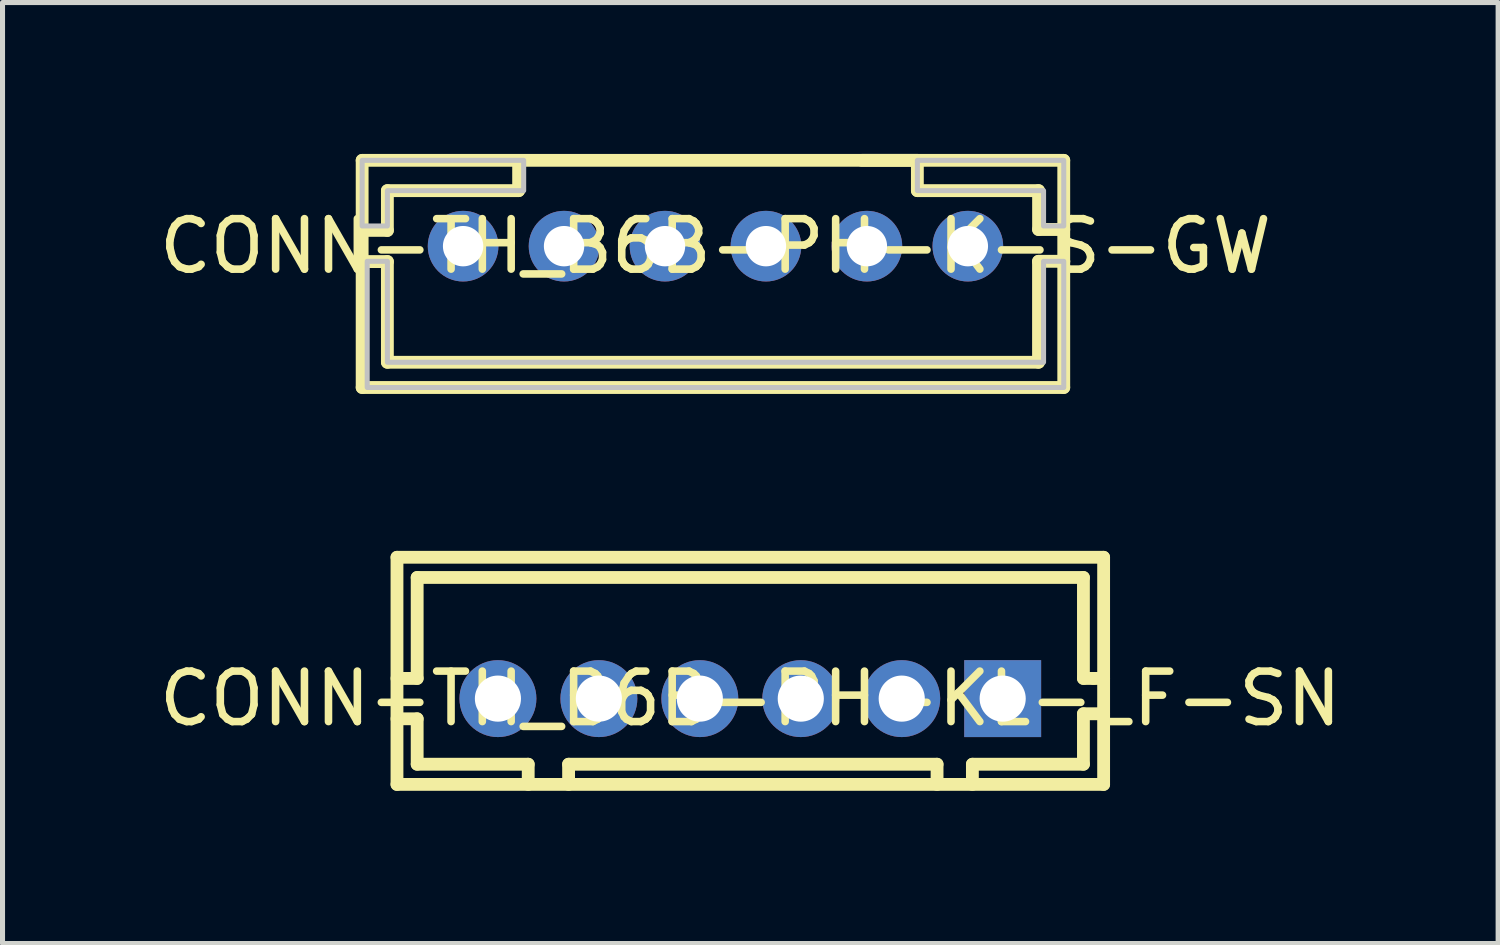
<source format=kicad_pcb>
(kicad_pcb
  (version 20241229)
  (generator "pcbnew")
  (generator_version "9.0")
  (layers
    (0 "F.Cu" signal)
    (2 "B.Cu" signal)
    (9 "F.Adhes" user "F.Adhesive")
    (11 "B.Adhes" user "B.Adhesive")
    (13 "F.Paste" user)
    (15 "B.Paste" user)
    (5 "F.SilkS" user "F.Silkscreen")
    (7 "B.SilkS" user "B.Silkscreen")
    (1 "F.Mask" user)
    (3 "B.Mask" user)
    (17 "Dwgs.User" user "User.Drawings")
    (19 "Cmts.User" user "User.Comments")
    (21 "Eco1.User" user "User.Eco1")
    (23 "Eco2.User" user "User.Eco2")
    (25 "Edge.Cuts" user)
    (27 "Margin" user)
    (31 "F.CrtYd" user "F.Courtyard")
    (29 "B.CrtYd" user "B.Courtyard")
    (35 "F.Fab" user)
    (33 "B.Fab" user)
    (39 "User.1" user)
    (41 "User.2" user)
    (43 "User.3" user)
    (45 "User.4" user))
  (footprint "CONN-TH_B6B-PH-K-S-GW"
    (layer "F.Cu")
    (at 11.125 1.827)
    (property "Reference" "CONN-TH_B6B-PH-K-S-GW" (at 0 0 0) (layer "F.SilkS") (effects (font (size 1 1) (thickness 0.15))))
    (fp_line (start -7 -1.7) (end -7 2.8) (stroke (width 0.254) (type default)) (layer "F.SilkS"))
    (fp_line (start -7 -1.7) (end 6.9 -1.7) (stroke (width 0.254) (type default)) (layer "F.SilkS"))
    (fp_line (start -7 -0.312) (end -6.5 -0.312) (stroke (width 0.254) (type default)) (layer "F.SilkS"))
    (fp_line (start -7 0.305) (end -6.5 0.305) (stroke (width 0.254) (type default)) (layer "F.SilkS"))
    (fp_line (start -7 2.8) (end 6.9 2.8) (stroke (width 0.254) (type default)) (layer "F.SilkS"))
    (fp_line (start -6.5 -1.1) (end -3.9 -1.1) (stroke (width 0.254) (type default)) (layer "F.SilkS"))
    (fp_line (start -6.5 -0.312) (end -6.5 -1.1) (stroke (width 0.254) (type default)) (layer "F.SilkS"))
    (fp_line (start -6.5 0.305) (end -6.5 2.3) (stroke (width 0.254) (type default)) (layer "F.SilkS"))
    (fp_line (start -6.5 2.3) (end 6.4 2.3) (stroke (width 0.254) (type default)) (layer "F.SilkS"))
    (fp_line (start -3.9 -1.1) (end -3.9 -1.6) (stroke (width 0.254) (type default)) (layer "F.SilkS"))
    (fp_line (start 4 -1.7) (end 2.901 -1.7) (stroke (width 0.254) (type default)) (layer "F.SilkS"))
    (fp_line (start 4 -1.1) (end 4 -1.7) (stroke (width 0.254) (type default)) (layer "F.SilkS"))
    (fp_line (start 6.4 0.3) (end 6.9 0.3) (stroke (width 0.254) (type default)) (layer "F.SilkS"))
    (fp_line (start 6.4 2.3) (end 6.4 0.3) (stroke (width 0.254) (type default)) (layer "F.SilkS"))
    (fp_line (start 6.401 -1.1) (end 4 -1.1) (stroke (width 0.254) (type default)) (layer "F.SilkS"))
    (fp_line (start 6.401 -0.33) (end 6.401 -1.1) (stroke (width 0.254) (type default)) (layer "F.SilkS"))
    (fp_line (start 6.9 -1.7) (end 6.9 2.8) (stroke (width 0.254) (type default)) (layer "F.SilkS"))
    (fp_line (start 6.9 0.3) (end 6.9 0.305) (stroke (width 0.254) (type default)) (layer "F.SilkS"))
    (fp_line (start 6.901 -0.33) (end 6.401 -0.33) (stroke (width 0.254) (type default)) (layer "F.SilkS"))
    (fp_poly (pts (xy 6.9 -1.7) (xy 4 -1.7) (xy 4 -1.1) (xy 6.5 -1.1) (xy 6.5 -0.4) (xy 6.9 -0.4)) (stroke (width 0.1) (type default)) (fill no) (layer "Dwgs.User"))
    (fp_poly (pts (xy -6.9 -0.4) (xy -6.5 -0.4) (xy -6.5 -1.1) (xy -3.8 -1.1) (xy -3.8 -1.7) (xy -7 -1.7) (xy -7 -0.4)) (stroke (width 0.1) (type default)) (fill no) (layer "Dwgs.User"))
    (fp_poly (pts (xy -6.9 0.3) (xy -6.5 0.3) (xy -6.5 2.3) (xy 6.5 2.3) (xy 6.5 0.3) (xy 6.9 0.3) (xy 6.9 2.8) (xy -6.9 2.8) (xy -6.9 1.8)) (stroke (width 0.1) (type default)) (fill no) (layer "Dwgs.User"))
    (fp_poly (pts (xy -5.25 -0.25) (xy -4.75 -0.25) (xy -4.75 0.25) (xy -5.25 0.25)) (stroke (width 0.1) (type default)) (fill no) (layer "User.1"))
    (fp_poly (pts (xy -3.25 -0.25) (xy -2.75 -0.25) (xy -2.75 0.25) (xy -3.25 0.25)) (stroke (width 0.1) (type default)) (fill no) (layer "User.1"))
    (fp_poly (pts (xy -1.25 -0.25) (xy -0.75 -0.25) (xy -0.75 0.25) (xy -1.25 0.25)) (stroke (width 0.1) (type default)) (fill no) (layer "User.1"))
    (fp_poly (pts (xy 0.75 -0.25) (xy 1.25 -0.25) (xy 1.25 0.25) (xy 0.75 0.25)) (stroke (width 0.1) (type default)) (fill no) (layer "User.1"))
    (fp_poly (pts (xy 2.75 -0.25) (xy 3.25 -0.25) (xy 3.25 0.25) (xy 2.75 0.25)) (stroke (width 0.1) (type default)) (fill no) (layer "User.1"))
    (fp_poly (pts (xy 4.75 -0.25) (xy 5.25 -0.25) (xy 5.25 0.25) (xy 4.75 0.25)) (stroke (width 0.1) (type default)) (fill no) (layer "User.1"))
    (fp_line (start -6.997 -1.701) (end 6.894 -1.701) (stroke (width 0.051) (type default)) (layer "User.2"))
    (fp_line (start -6.994 0.667) (end -6.997 -1.701) (stroke (width 0.051) (type default)) (layer "User.2"))
    (fp_line (start -6.994 2.791) (end -6.994 0.667) (stroke (width 0.051) (type default)) (layer "User.2"))
    (fp_line (start 6.894 -1.701) (end 6.894 2.791) (stroke (width 0.051) (type default)) (layer "User.2"))
    (fp_line (start 6.894 2.791) (end -6.994 2.791) (stroke (width 0.051) (type default)) (layer "User.2"))
    (fp_poly (pts (xy -6.936 2.791) (xy -6.954 2.748) (xy -6.997 2.731) (xy -7.039 2.748) (xy -7.056 2.791) (xy -7.039 2.833) (xy -6.997 2.85) (xy -6.954 2.833)) (stroke (width 0.1) (type default)) (fill no) (layer "User.3"))
    (pad "1" thru_hole circle (at -5 0) (size 1.4 1.4) (drill 0.8) (layers "*.Cu" "*.Mask"))
    (pad "2" thru_hole circle (at -3 0) (size 1.4 1.4) (drill 0.8) (layers "*.Cu" "*.Mask"))
    (pad "3" thru_hole circle (at -1 0) (size 1.4 1.4) (drill 0.8) (layers "*.Cu" "*.Mask"))
    (pad "4" thru_hole circle (at 1 0) (size 1.4 1.4) (drill 0.8) (layers "*.Cu" "*.Mask"))
    (pad "5" thru_hole circle (at 3 0) (size 1.4 1.4) (drill 0.8) (layers "*.Cu" "*.Mask"))
    (pad "6" thru_hole circle (at 5 0) (size 1.4 1.4) (drill 0.8) (layers "*.Cu" "*.Mask")))
  (footprint "CONN-TH_B6B-PH-KL-LF-SN"
    (layer "F.Cu")
    (at 11.815 10.791)
    (property "Reference" "CONN-TH_B6B-PH-KL-LF-SN" (at 0 0 0) (layer "F.SilkS") (effects (font (size 1 1) (thickness 0.15))))
    (fp_line (start -7 -2.8) (end -7 1.7) (stroke (width 0.254) (type default)) (layer "F.SilkS"))
    (fp_line (start -7 -0.4) (end -6.6 -0.4) (stroke (width 0.254) (type default)) (layer "F.SilkS"))
    (fp_line (start -7 1.7) (end 7 1.7) (stroke (width 0.254) (type default)) (layer "F.SilkS"))
    (fp_line (start -6.6 -2.4) (end 6.6 -2.4) (stroke (width 0.254) (type default)) (layer "F.SilkS"))
    (fp_line (start -6.6 -0.4) (end -6.6 -2.4) (stroke (width 0.254) (type default)) (layer "F.SilkS"))
    (fp_line (start -6.6 0.4) (end -7 0.4) (stroke (width 0.254) (type default)) (layer "F.SilkS"))
    (fp_line (start -6.6 1.3) (end -6.6 0.4) (stroke (width 0.254) (type default)) (layer "F.SilkS"))
    (fp_line (start -4.4 1.3) (end -6.6 1.3) (stroke (width 0.254) (type default)) (layer "F.SilkS"))
    (fp_line (start -4.4 1.7) (end -4.4 1.3) (stroke (width 0.254) (type default)) (layer "F.SilkS"))
    (fp_line (start -3.6 1.3) (end -3.6 1.7) (stroke (width 0.254) (type default)) (layer "F.SilkS"))
    (fp_line (start 3.7 1.3) (end -3.6 1.3) (stroke (width 0.254) (type default)) (layer "F.SilkS"))
    (fp_line (start 3.7 1.7) (end 3.7 1.3) (stroke (width 0.254) (type default)) (layer "F.SilkS"))
    (fp_line (start 4.4 1.3) (end 4.4 1.7) (stroke (width 0.254) (type default)) (layer "F.SilkS"))
    (fp_line (start 6.6 -2.4) (end 6.6 -0.4) (stroke (width 0.254) (type default)) (layer "F.SilkS"))
    (fp_line (start 6.6 -0.4) (end 6.8 -0.4) (stroke (width 0.254) (type default)) (layer "F.SilkS"))
    (fp_line (start 6.6 0.3) (end 6.6 1.3) (stroke (width 0.254) (type default)) (layer "F.SilkS"))
    (fp_line (start 6.6 1.3) (end 4.4 1.3) (stroke (width 0.254) (type default)) (layer "F.SilkS"))
    (fp_line (start 6.8 -0.4) (end 7 -0.4) (stroke (width 0.254) (type default)) (layer "F.SilkS"))
    (fp_line (start 7 -2.8) (end -7 -2.8) (stroke (width 0.254) (type default)) (layer "F.SilkS"))
    (fp_line (start 7 0.3) (end 6.6 0.3) (stroke (width 0.254) (type default)) (layer "F.SilkS"))
    (fp_line (start 7 1.7) (end 7 -2.8) (stroke (width 0.254) (type default)) (layer "F.SilkS"))
    (fp_poly (pts (xy -4.643 0) (xy -4.66 -0.11) (xy -4.711 -0.21) (xy -4.79 -0.289) (xy -4.89 -0.34) (xy -5 -0.357) (xy -5.11 -0.34) (xy -5.21 -0.289) (xy -5.289 -0.21) (xy -5.34 -0.11) (xy -5.357 0) (xy -5.34 0.11) (xy -5.289 0.21) (xy -5.21 0.289) (xy -5.11 0.34) (xy -5 0.357) (xy -4.89 0.34) (xy -4.79 0.289) (xy -4.711 0.21) (xy -4.66 0.11)) (stroke (width 0.1) (type default)) (fill no) (layer "User.1"))
    (fp_poly (pts (xy -2.643 0) (xy -2.66 -0.11) (xy -2.711 -0.21) (xy -2.79 -0.289) (xy -2.89 -0.34) (xy -3 -0.357) (xy -3.11 -0.34) (xy -3.21 -0.289) (xy -3.289 -0.21) (xy -3.34 -0.11) (xy -3.357 0) (xy -3.34 0.11) (xy -3.289 0.21) (xy -3.21 0.289) (xy -3.11 0.34) (xy -3 0.357) (xy -2.89 0.34) (xy -2.79 0.289) (xy -2.711 0.21) (xy -2.66 0.11)) (stroke (width 0.1) (type default)) (fill no) (layer "User.1"))
    (fp_poly (pts (xy -0.643 0) (xy -0.66 -0.11) (xy -0.711 -0.21) (xy -0.79 -0.289) (xy -0.89 -0.34) (xy -1 -0.357) (xy -1.11 -0.34) (xy -1.21 -0.289) (xy -1.289 -0.21) (xy -1.34 -0.11) (xy -1.357 0) (xy -1.34 0.11) (xy -1.289 0.21) (xy -1.21 0.289) (xy -1.11 0.34) (xy -1 0.357) (xy -0.89 0.34) (xy -0.79 0.289) (xy -0.711 0.21) (xy -0.66 0.11)) (stroke (width 0.1) (type default)) (fill no) (layer "User.1"))
    (fp_poly (pts (xy 1.357 0) (xy 1.34 -0.11) (xy 1.289 -0.21) (xy 1.21 -0.289) (xy 1.11 -0.34) (xy 1 -0.357) (xy 0.89 -0.34) (xy 0.79 -0.289) (xy 0.711 -0.21) (xy 0.66 -0.11) (xy 0.643 0) (xy 0.66 0.11) (xy 0.711 0.21) (xy 0.79 0.289) (xy 0.89 0.34) (xy 1 0.357) (xy 1.11 0.34) (xy 1.21 0.289) (xy 1.289 0.21) (xy 1.34 0.11)) (stroke (width 0.1) (type default)) (fill no) (layer "User.1"))
    (fp_poly (pts (xy 3.357 0) (xy 3.34 -0.11) (xy 3.289 -0.21) (xy 3.21 -0.289) (xy 3.11 -0.34) (xy 3 -0.357) (xy 2.89 -0.34) (xy 2.79 -0.289) (xy 2.711 -0.21) (xy 2.66 -0.11) (xy 2.643 0) (xy 2.66 0.11) (xy 2.711 0.21) (xy 2.79 0.289) (xy 2.89 0.34) (xy 3 0.357) (xy 3.11 0.34) (xy 3.21 0.289) (xy 3.289 0.21) (xy 3.34 0.11)) (stroke (width 0.1) (type default)) (fill no) (layer "User.1"))
    (fp_poly (pts (xy 5.357 0) (xy 5.34 -0.11) (xy 5.289 -0.21) (xy 5.21 -0.289) (xy 5.11 -0.34) (xy 5 -0.357) (xy 4.89 -0.34) (xy 4.79 -0.289) (xy 4.711 -0.21) (xy 4.66 -0.11) (xy 4.643 0) (xy 4.66 0.11) (xy 4.711 0.21) (xy 4.79 0.289) (xy 4.89 0.34) (xy 5 0.357) (xy 5.11 0.34) (xy 5.21 0.289) (xy 5.289 0.21) (xy 5.34 0.11)) (stroke (width 0.1) (type default)) (fill no) (layer "User.1"))
    (fp_line (start -7.127 -2.927) (end 7.127 -2.927) (stroke (width 0.051) (type default)) (layer "User.2"))
    (fp_line (start -7.127 1.827) (end -7.127 -2.927) (stroke (width 0.051) (type default)) (layer "User.2"))
    (fp_line (start 7.127 -2.927) (end 7.127 1.827) (stroke (width 0.051) (type default)) (layer "User.2"))
    (fp_line (start 7.127 1.827) (end -7.127 1.827) (stroke (width 0.051) (type default)) (layer "User.2"))
    (fp_poly (pts (xy 7.187 -2.927) (xy 7.169 -2.969) (xy 7.127 -2.987) (xy 7.085 -2.969) (xy 7.067 -2.927) (xy 7.085 -2.885) (xy 7.127 -2.867) (xy 7.169 -2.885)) (stroke (width 0.1) (type default)) (fill no) (layer "User.3"))
    (pad "1" thru_hole rect (at 5 0) (size 1.524 1.524) (drill 0.914) (layers "*.Cu" "*.Mask"))
    (pad "2" thru_hole circle (at 3 0) (size 1.524 1.524) (drill 0.914) (layers "*.Cu" "*.Mask"))
    (pad "3" thru_hole circle (at 1 0) (size 1.524 1.524) (drill 0.914) (layers "*.Cu" "*.Mask"))
    (pad "4" thru_hole circle (at -1 0) (size 1.524 1.524) (drill 0.914) (layers "*.Cu" "*.Mask"))
    (pad "5" thru_hole circle (at -3 0) (size 1.524 1.524) (drill 0.914) (layers "*.Cu" "*.Mask"))
    (pad "6" thru_hole circle (at -5 0) (size 1.524 1.524) (drill 0.914) (layers "*.Cu" "*.Mask")))
  (gr_rect
    (start -3 -3)
    (end 26.631 15.643)
    (stroke (width 0.1) (type default))
    (fill no)
    (layer "Edge.Cuts")))
</source>
